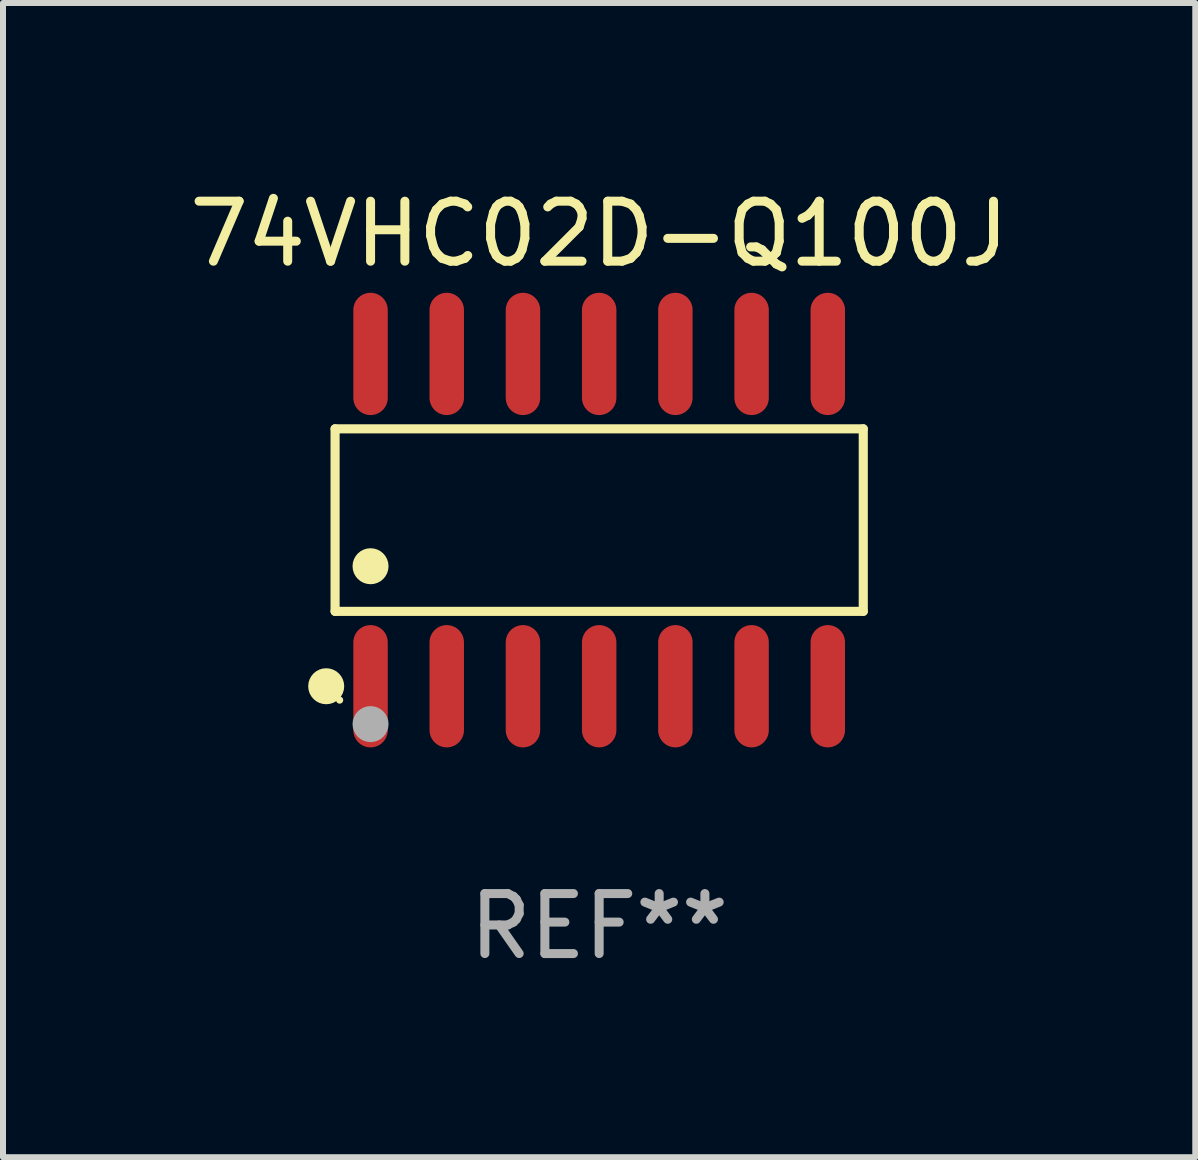
<source format=kicad_pcb>
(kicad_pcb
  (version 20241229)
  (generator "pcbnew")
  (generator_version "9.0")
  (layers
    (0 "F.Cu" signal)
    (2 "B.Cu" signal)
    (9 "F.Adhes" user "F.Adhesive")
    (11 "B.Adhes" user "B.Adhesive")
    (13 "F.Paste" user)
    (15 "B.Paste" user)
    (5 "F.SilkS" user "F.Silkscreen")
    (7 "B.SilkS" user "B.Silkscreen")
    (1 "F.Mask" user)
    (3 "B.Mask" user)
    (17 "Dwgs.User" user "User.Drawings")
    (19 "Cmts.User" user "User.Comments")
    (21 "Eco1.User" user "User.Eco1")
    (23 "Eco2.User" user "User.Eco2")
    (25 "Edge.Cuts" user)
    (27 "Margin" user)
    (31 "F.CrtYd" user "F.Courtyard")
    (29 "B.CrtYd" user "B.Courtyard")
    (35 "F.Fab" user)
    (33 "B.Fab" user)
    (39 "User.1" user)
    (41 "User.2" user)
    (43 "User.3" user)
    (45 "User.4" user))
  (footprint "74VHC02D-Q100J"
    (layer "F.Cu")
    (at 6.935 5.617)
    (property "Reference" "74VHC02D-Q100J" (at 0 -4.769 0) (layer "F.SilkS") (effects (font (size 1 1) (thickness 0.15))))
    (attr through_hole)
    (fp_line (start -4.401 -1.521) (end 4.401 -1.521) (stroke (width 0.152) (type solid)) (layer "F.SilkS"))
    (fp_line (start -4.401 1.521) (end -4.401 -1.521) (stroke (width 0.152) (type solid)) (layer "F.SilkS"))
    (fp_line (start 4.401 -1.521) (end 4.401 1.521) (stroke (width 0.152) (type solid)) (layer "F.SilkS"))
    (fp_line (start 4.401 1.521) (end -4.401 1.521) (stroke (width 0.152) (type solid)) (layer "F.SilkS"))
    (fp_circle (center -4.549 2.769) (end -4.399 2.769) (stroke (width 0.3) (type solid)) (fill no) (layer "F.SilkS"))
    (fp_circle (center -4.325 3) (end -4.295 3) (stroke (width 0.06) (type solid)) (fill no) (layer "F.SilkS"))
    (fp_circle (center -3.81 0.769) (end -3.66 0.769) (stroke (width 0.3) (type solid)) (fill no) (layer "F.SilkS"))
    (fp_circle (center -3.81 3.4) (end -3.66 3.4) (stroke (width 0.3) (type solid)) (fill no) (layer "F.Fab"))
    (fp_text user "REF**" (at 0 6.769 0) (layer "F.Fab") (effects (font (size 1 1) (thickness 0.15))))
    (pad "1" smd oval (at -3.81 2.769) (size 0.574 2.038) (layers "F.Cu" "F.Mask" "F.Paste"))
    (pad "2" smd oval (at -2.54 2.769) (size 0.574 2.038) (layers "F.Cu" "F.Mask" "F.Paste"))
    (pad "3" smd oval (at -1.27 2.769) (size 0.574 2.038) (layers "F.Cu" "F.Mask" "F.Paste"))
    (pad "4" smd oval (at 0 2.769) (size 0.574 2.038) (layers "F.Cu" "F.Mask" "F.Paste"))
    (pad "5" smd oval (at 1.27 2.769) (size 0.574 2.038) (layers "F.Cu" "F.Mask" "F.Paste"))
    (pad "6" smd oval (at 2.54 2.769) (size 0.574 2.038) (layers "F.Cu" "F.Mask" "F.Paste"))
    (pad "7" smd oval (at 3.81 2.769) (size 0.574 2.038) (layers "F.Cu" "F.Mask" "F.Paste"))
    (pad "8" smd oval (at 3.81 -2.769) (size 0.574 2.038) (layers "F.Cu" "F.Mask" "F.Paste"))
    (pad "9" smd oval (at 2.54 -2.769) (size 0.574 2.038) (layers "F.Cu" "F.Mask" "F.Paste"))
    (pad "10" smd oval (at 1.27 -2.769) (size 0.574 2.038) (layers "F.Cu" "F.Mask" "F.Paste"))
    (pad "11" smd oval (at 0 -2.769) (size 0.574 2.038) (layers "F.Cu" "F.Mask" "F.Paste"))
    (pad "12" smd oval (at -1.27 -2.769) (size 0.574 2.038) (layers "F.Cu" "F.Mask" "F.Paste"))
    (pad "13" smd oval (at -2.54 -2.769) (size 0.574 2.038) (layers "F.Cu" "F.Mask" "F.Paste"))
    (pad "14" smd oval (at -3.81 -2.769) (size 0.574 2.038) (layers "F.Cu" "F.Mask" "F.Paste")))
  (gr_rect
    (start -3 -3)
    (end 16.869 16.235)
    (stroke (width 0.1) (type default))
    (fill no)
    (layer "Edge.Cuts")))
</source>
